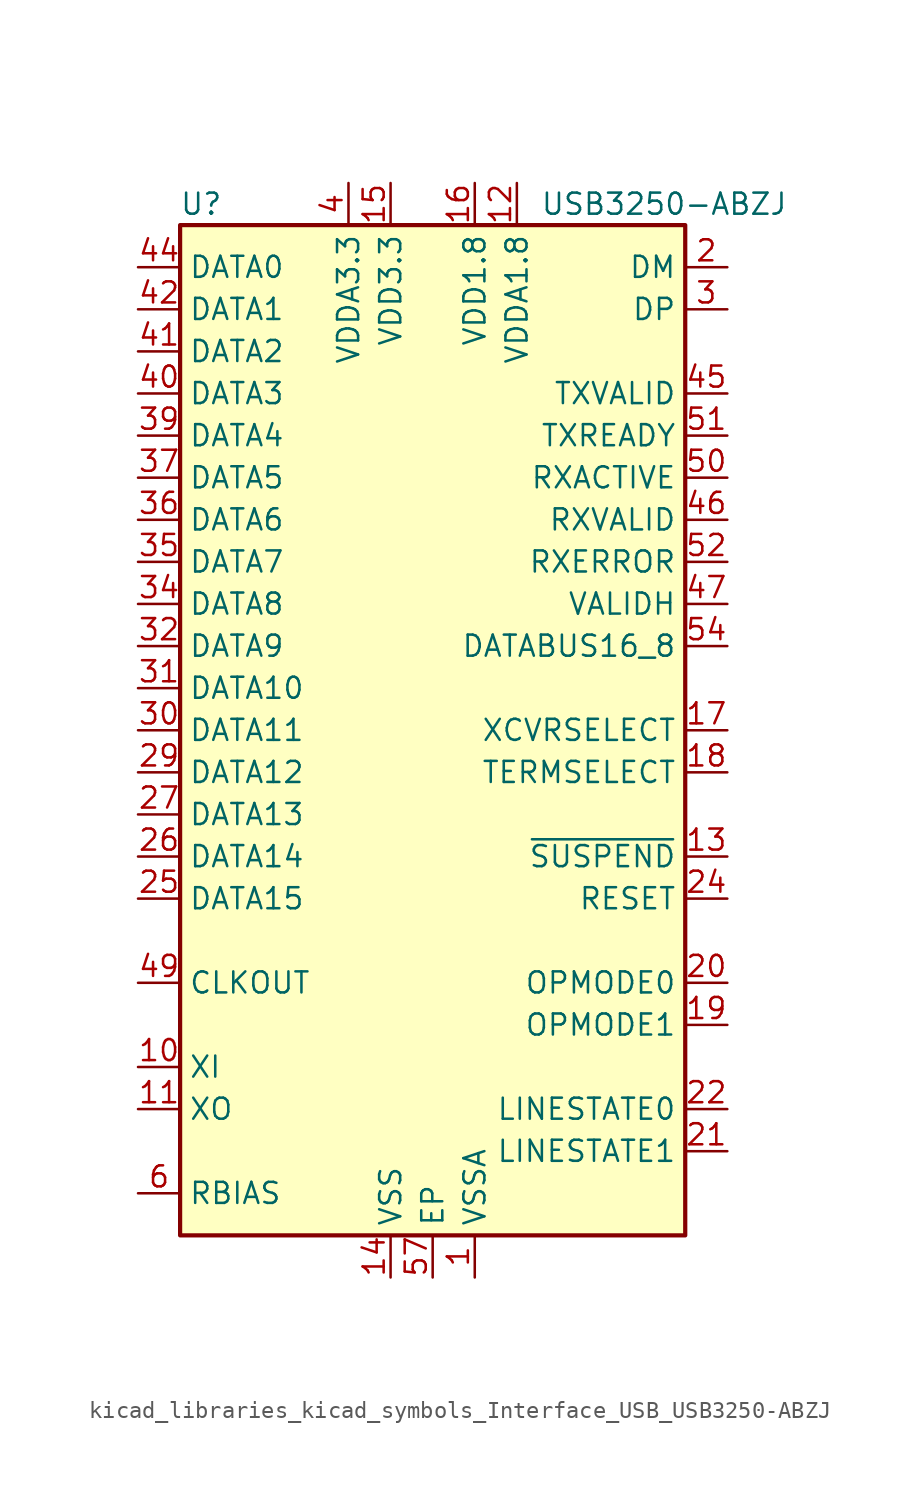
<source format=kicad_sym>
(kicad_symbol_lib
  (version 20220914)
  (generator kicad_symbol_editor)
  (symbol "kicad_libraries_kicad_symbols_Interface_USB_USB3250-ABZJ"
    (property "Reference" "U"
      (at -13.97 31.75 0)
      (effects (font (size 1.27 1.27))))
    (property "Value" "USB3250-ABZJ"
      (at 13.97 31.75 0)
      (effects (font (size 1.27 1.27))))
    (symbol "kicad_libraries_kicad_symbols_Interface_USB_USB3250-ABZJ_0_1"
      (rectangle (start 15.24 -30.48) (end -15.24 30.48) (stroke (width 0.254) (type default)) (fill (type background))))
    (symbol "kicad_libraries_kicad_symbols_Interface_USB_USB3250-ABZJ_1_1"
      (pin power_in line (at 2.54 -33.02 90) (length 2.54) (name "VSSA" (effects (font (size 1.27 1.27)))) (number "1" (effects (font (size 1.27 1.27)))))
      (pin input line (at -17.78 -20.32 0) (length 2.54) (name "XI" (effects (font (size 1.27 1.27)))) (number "10" (effects (font (size 1.27 1.27)))))
      (pin output line (at -17.78 -22.86 0) (length 2.54) (name "XO" (effects (font (size 1.27 1.27)))) (number "11" (effects (font (size 1.27 1.27)))))
      (pin power_in line (at 5.08 33.02 270) (length 2.54) (name "VDDA1.8" (effects (font (size 1.27 1.27)))) (number "12" (effects (font (size 1.27 1.27)))))
      (pin input line (at 17.78 -7.62 180) (length 2.54) (name "~{SUSPEND}" (effects (font (size 1.27 1.27)))) (number "13" (effects (font (size 1.27 1.27)))))
      (pin power_in line (at -2.54 -33.02 90) (length 2.54) (name "VSS" (effects (font (size 1.27 1.27)))) (number "14" (effects (font (size 1.27 1.27)))))
      (pin power_in line (at -2.54 33.02 270) (length 2.54) (name "VDD3.3" (effects (font (size 1.27 1.27)))) (number "15" (effects (font (size 1.27 1.27)))))
      (pin power_in line (at 2.54 33.02 270) (length 2.54) (name "VDD1.8" (effects (font (size 1.27 1.27)))) (number "16" (effects (font (size 1.27 1.27)))))
      (pin input line (at 17.78 0 180) (length 2.54) (name "XCVRSELECT" (effects (font (size 1.27 1.27)))) (number "17" (effects (font (size 1.27 1.27)))))
      (pin input line (at 17.78 -2.54 180) (length 2.54) (name "TERMSELECT" (effects (font (size 1.27 1.27)))) (number "18" (effects (font (size 1.27 1.27)))))
      (pin input line (at 17.78 -17.78 180) (length 2.54) (name "OPMODE1" (effects (font (size 1.27 1.27)))) (number "19" (effects (font (size 1.27 1.27)))))
      (pin bidirectional line (at 17.78 27.94 180) (length 2.54) (name "DM" (effects (font (size 1.27 1.27)))) (number "2" (effects (font (size 1.27 1.27)))))
      (pin input line (at 17.78 -15.24 180) (length 2.54) (name "OPMODE0" (effects (font (size 1.27 1.27)))) (number "20" (effects (font (size 1.27 1.27)))))
      (pin output line (at 17.78 -25.4 180) (length 2.54) (name "LINESTATE1" (effects (font (size 1.27 1.27)))) (number "21" (effects (font (size 1.27 1.27)))))
      (pin output line (at 17.78 -22.86 180) (length 2.54) (name "LINESTATE0" (effects (font (size 1.27 1.27)))) (number "22" (effects (font (size 1.27 1.27)))))
      (pin passive line (at 2.54 33.02 270) (length 2.54) hide (name "VDD1.8" (effects (font (size 1.27 1.27)))) (number "23" (effects (font (size 1.27 1.27)))))
      (pin input line (at 17.78 -10.16 180) (length 2.54) (name "RESET" (effects (font (size 1.27 1.27)))) (number "24" (effects (font (size 1.27 1.27)))))
      (pin bidirectional line (at -17.78 -10.16 0) (length 2.54) (name "DATA15" (effects (font (size 1.27 1.27)))) (number "25" (effects (font (size 1.27 1.27)))))
      (pin bidirectional line (at -17.78 -7.62 0) (length 2.54) (name "DATA14" (effects (font (size 1.27 1.27)))) (number "26" (effects (font (size 1.27 1.27)))))
      (pin bidirectional line (at -17.78 -5.08 0) (length 2.54) (name "DATA13" (effects (font (size 1.27 1.27)))) (number "27" (effects (font (size 1.27 1.27)))))
      (pin passive line (at -2.54 33.02 270) (length 2.54) hide (name "VDD3.3" (effects (font (size 1.27 1.27)))) (number "28" (effects (font (size 1.27 1.27)))))
      (pin bidirectional line (at -17.78 -2.54 0) (length 2.54) (name "DATA12" (effects (font (size 1.27 1.27)))) (number "29" (effects (font (size 1.27 1.27)))))
      (pin bidirectional line (at 17.78 25.4 180) (length 2.54) (name "DP" (effects (font (size 1.27 1.27)))) (number "3" (effects (font (size 1.27 1.27)))))
      (pin bidirectional line (at -17.78 0 0) (length 2.54) (name "DATA11" (effects (font (size 1.27 1.27)))) (number "30" (effects (font (size 1.27 1.27)))))
      (pin bidirectional line (at -17.78 2.54 0) (length 2.54) (name "DATA10" (effects (font (size 1.27 1.27)))) (number "31" (effects (font (size 1.27 1.27)))))
      (pin bidirectional line (at -17.78 5.08 0) (length 2.54) (name "DATA9" (effects (font (size 1.27 1.27)))) (number "32" (effects (font (size 1.27 1.27)))))
      (pin passive line (at -2.54 -33.02 90) (length 2.54) hide (name "VSS" (effects (font (size 1.27 1.27)))) (number "33" (effects (font (size 1.27 1.27)))))
      (pin bidirectional line (at -17.78 7.62 0) (length 2.54) (name "DATA8" (effects (font (size 1.27 1.27)))) (number "34" (effects (font (size 1.27 1.27)))))
      (pin bidirectional line (at -17.78 10.16 0) (length 2.54) (name "DATA7" (effects (font (size 1.27 1.27)))) (number "35" (effects (font (size 1.27 1.27)))))
      (pin bidirectional line (at -17.78 12.7 0) (length 2.54) (name "DATA6" (effects (font (size 1.27 1.27)))) (number "36" (effects (font (size 1.27 1.27)))))
      (pin bidirectional line (at -17.78 15.24 0) (length 2.54) (name "DATA5" (effects (font (size 1.27 1.27)))) (number "37" (effects (font (size 1.27 1.27)))))
      (pin passive line (at 2.54 33.02 270) (length 2.54) hide (name "VDD1.8" (effects (font (size 1.27 1.27)))) (number "38" (effects (font (size 1.27 1.27)))))
      (pin bidirectional line (at -17.78 17.78 0) (length 2.54) (name "DATA4" (effects (font (size 1.27 1.27)))) (number "39" (effects (font (size 1.27 1.27)))))
      (pin power_in line (at -5.08 33.02 270) (length 2.54) (name "VDDA3.3" (effects (font (size 1.27 1.27)))) (number "4" (effects (font (size 1.27 1.27)))))
      (pin bidirectional line (at -17.78 20.32 0) (length 2.54) (name "DATA3" (effects (font (size 1.27 1.27)))) (number "40" (effects (font (size 1.27 1.27)))))
      (pin bidirectional line (at -17.78 22.86 0) (length 2.54) (name "DATA2" (effects (font (size 1.27 1.27)))) (number "41" (effects (font (size 1.27 1.27)))))
      (pin bidirectional line (at -17.78 25.4 0) (length 2.54) (name "DATA1" (effects (font (size 1.27 1.27)))) (number "42" (effects (font (size 1.27 1.27)))))
      (pin passive line (at -2.54 33.02 270) (length 2.54) hide (name "VDD3.3" (effects (font (size 1.27 1.27)))) (number "43" (effects (font (size 1.27 1.27)))))
      (pin bidirectional line (at -17.78 27.94 0) (length 2.54) (name "DATA0" (effects (font (size 1.27 1.27)))) (number "44" (effects (font (size 1.27 1.27)))))
      (pin input line (at 17.78 20.32 180) (length 2.54) (name "TXVALID" (effects (font (size 1.27 1.27)))) (number "45" (effects (font (size 1.27 1.27)))))
      (pin output line (at 17.78 12.7 180) (length 2.54) (name "RXVALID" (effects (font (size 1.27 1.27)))) (number "46" (effects (font (size 1.27 1.27)))))
      (pin bidirectional line (at 17.78 7.62 180) (length 2.54) (name "VALIDH" (effects (font (size 1.27 1.27)))) (number "47" (effects (font (size 1.27 1.27)))))
      (pin passive line (at -2.54 -33.02 90) (length 2.54) hide (name "VSS" (effects (font (size 1.27 1.27)))) (number "48" (effects (font (size 1.27 1.27)))))
      (pin output line (at -17.78 -15.24 0) (length 2.54) (name "CLKOUT" (effects (font (size 1.27 1.27)))) (number "49" (effects (font (size 1.27 1.27)))))
      (pin passive line (at 2.54 -33.02 90) (length 2.54) hide (name "VSSA" (effects (font (size 1.27 1.27)))) (number "5" (effects (font (size 1.27 1.27)))))
      (pin output line (at 17.78 15.24 180) (length 2.54) (name "RXACTIVE" (effects (font (size 1.27 1.27)))) (number "50" (effects (font (size 1.27 1.27)))))
      (pin output line (at 17.78 17.78 180) (length 2.54) (name "TXREADY" (effects (font (size 1.27 1.27)))) (number "51" (effects (font (size 1.27 1.27)))))
      (pin output line (at 17.78 10.16 180) (length 2.54) (name "RXERROR" (effects (font (size 1.27 1.27)))) (number "52" (effects (font (size 1.27 1.27)))))
      (pin passive line (at 2.54 33.02 270) (length 2.54) hide (name "VDD1.8" (effects (font (size 1.27 1.27)))) (number "53" (effects (font (size 1.27 1.27)))))
      (pin input line (at 17.78 5.08 180) (length 2.54) (name "DATABUS16_8" (effects (font (size 1.27 1.27)))) (number "54" (effects (font (size 1.27 1.27)))))
      (pin passive line (at -2.54 -33.02 90) (length 2.54) hide (name "VSS" (effects (font (size 1.27 1.27)))) (number "55" (effects (font (size 1.27 1.27)))))
      (pin passive line (at -2.54 -33.02 90) (length 2.54) hide (name "VSS" (effects (font (size 1.27 1.27)))) (number "56" (effects (font (size 1.27 1.27)))))
      (pin power_in line (at 0 -33.02 90) (length 2.54) (name "EP" (effects (font (size 1.27 1.27)))) (number "57" (effects (font (size 1.27 1.27)))))
      (pin passive line (at -17.78 -27.94 0) (length 2.54) (name "RBIAS" (effects (font (size 1.27 1.27)))) (number "6" (effects (font (size 1.27 1.27)))))
      (pin passive line (at -5.08 33.02 270) (length 2.54) hide (name "VDDA3.3" (effects (font (size 1.27 1.27)))) (number "7" (effects (font (size 1.27 1.27)))))
      (pin passive line (at 2.54 -33.02 90) (length 2.54) hide (name "VSSA" (effects (font (size 1.27 1.27)))) (number "8" (effects (font (size 1.27 1.27)))))
      (pin passive line (at 2.54 -33.02 90) (length 2.54) hide (name "VSSA" (effects (font (size 1.27 1.27)))) (number "9" (effects (font (size 1.27 1.27))))))))
</source>
